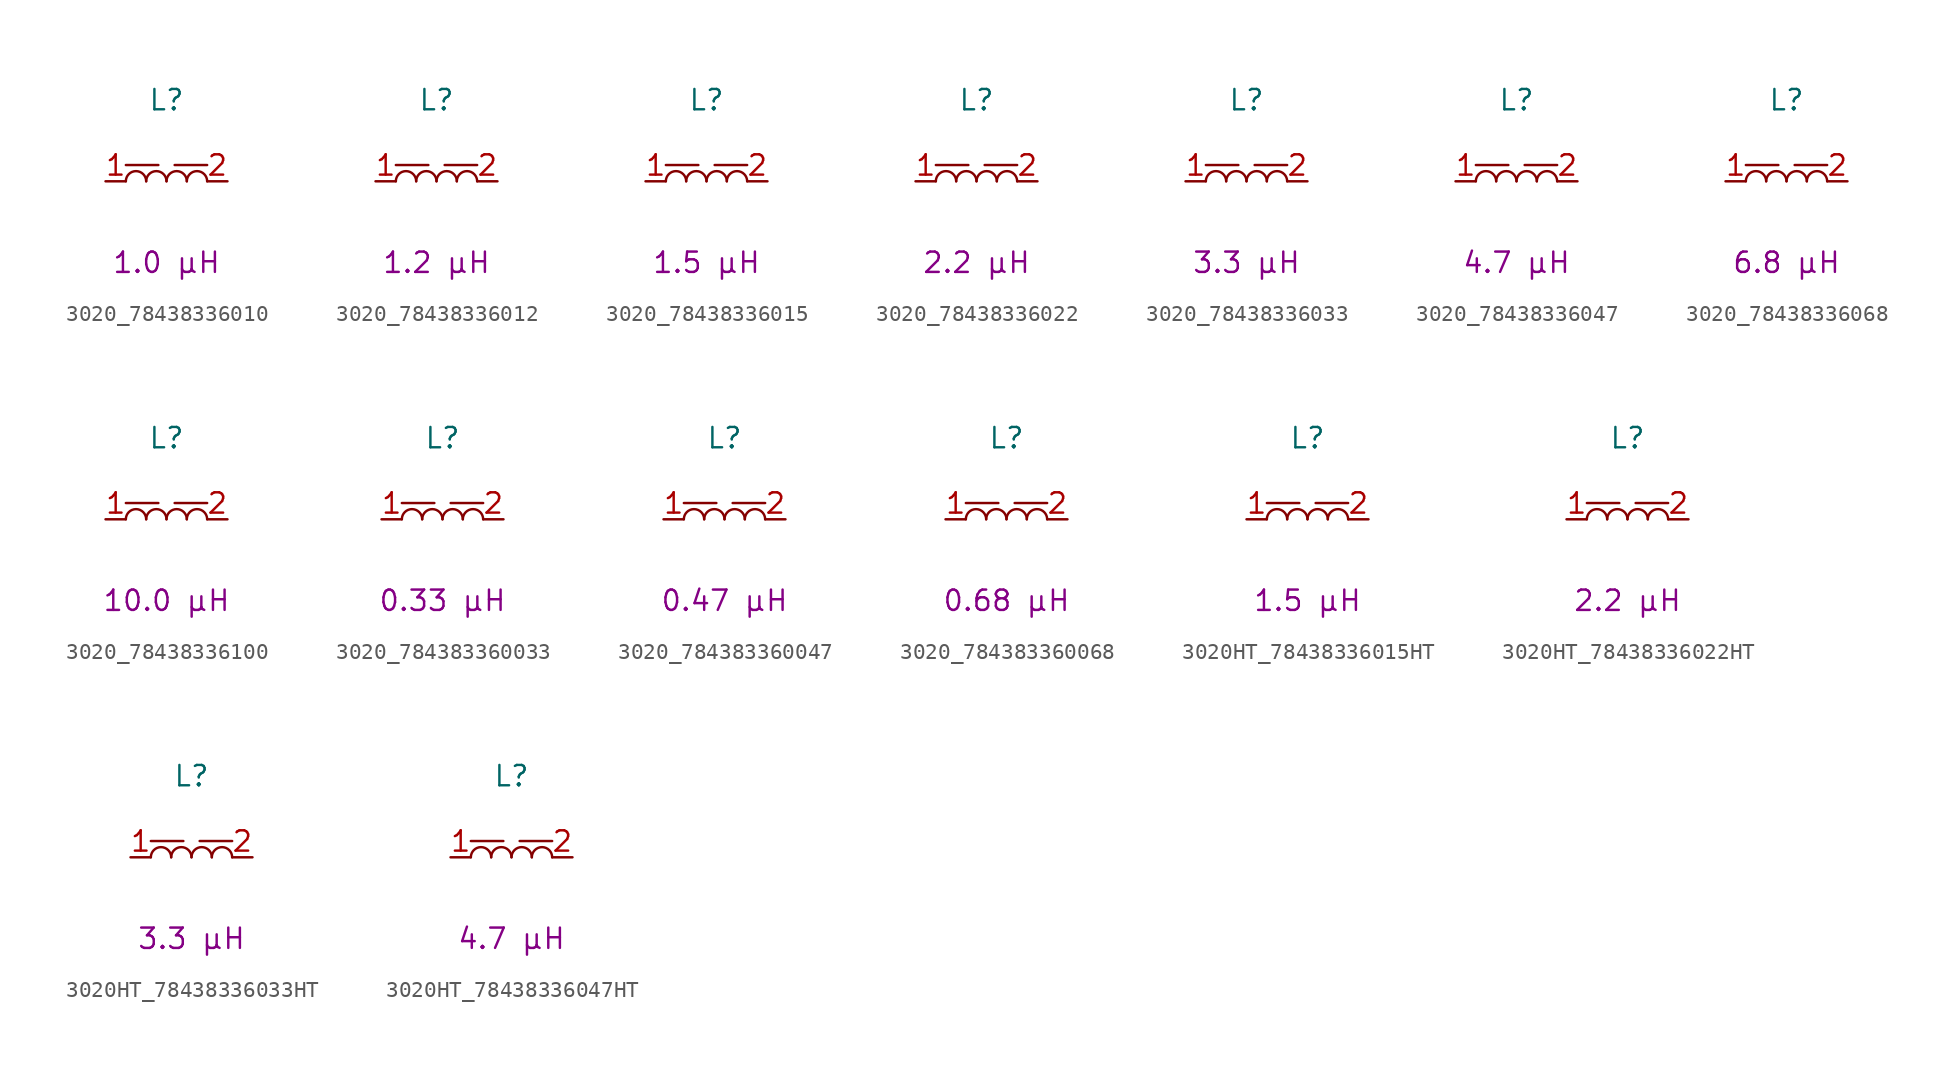
<source format=kicad_sym>
(kicad_symbol_lib
  (version 20220914)
  (generator kicad_symbol_editor)
  (symbol "3020_78438336010"
    (pin_names hide)
    (property "Reference" "L"
      (at 0 5.08 0)
      (effects (font (size 1.27 1.27))))
    (property "Critical Parameter" "1.0 µH"
      (at 0 -5.08 0)
      (effects (font (size 1.27 1.27))))
    (symbol "3020_78438336010_0_1"
      (arc (start -1.27 0) (mid -1.905 0.6323) (end -2.54 0) (stroke (width 0) (type default)) (fill (type none)))
      (arc (start 0 0) (mid -0.635 0.6323) (end -1.27 0) (stroke (width 0) (type default)) (fill (type none)))
      (polyline (pts (xy -2.54 1.016) (xy -0.508 1.016)) (stroke (width 0) (type default)) (fill (type none)))
      (arc (start 1.27 0) (mid 0.635 0.6323) (end 0 0) (stroke (width 0) (type default)) (fill (type none)))
      (arc (start 2.54 0) (mid 1.905 0.6323) (end 1.27 0) (stroke (width 0) (type default)) (fill (type none))))
    (symbol "3020_78438336010_1_1"
      (polyline (pts (xy 2.54 1.016) (xy 0.508 1.016)) (stroke (width 0) (type default)) (fill (type none)))
      (pin passive line (at -3.81 0 0) (length 1.27) (name "1" (effects (font (size 1.27 1.27)))) (number "1" (effects (font (size 1.27 1.27)))))
      (pin passive line (at 3.81 0 180) (length 1.27) (name "2" (effects (font (size 1.27 1.27)))) (number "2" (effects (font (size 1.27 1.27)))))))
  (symbol "3020_78438336012"
    (pin_names hide)
    (property "Reference" "L"
      (at 0 5.08 0)
      (effects (font (size 1.27 1.27))))
    (property "Critical Parameter" "1.2 µH"
      (at 0 -5.08 0)
      (effects (font (size 1.27 1.27))))
    (symbol "3020_78438336012_0_1"
      (arc (start -1.27 0) (mid -1.905 0.6323) (end -2.54 0) (stroke (width 0) (type default)) (fill (type none)))
      (arc (start 0 0) (mid -0.635 0.6323) (end -1.27 0) (stroke (width 0) (type default)) (fill (type none)))
      (polyline (pts (xy -2.54 1.016) (xy -0.508 1.016)) (stroke (width 0) (type default)) (fill (type none)))
      (arc (start 1.27 0) (mid 0.635 0.6323) (end 0 0) (stroke (width 0) (type default)) (fill (type none)))
      (arc (start 2.54 0) (mid 1.905 0.6323) (end 1.27 0) (stroke (width 0) (type default)) (fill (type none))))
    (symbol "3020_78438336012_1_1"
      (polyline (pts (xy 2.54 1.016) (xy 0.508 1.016)) (stroke (width 0) (type default)) (fill (type none)))
      (pin passive line (at -3.81 0 0) (length 1.27) (name "1" (effects (font (size 1.27 1.27)))) (number "1" (effects (font (size 1.27 1.27)))))
      (pin passive line (at 3.81 0 180) (length 1.27) (name "2" (effects (font (size 1.27 1.27)))) (number "2" (effects (font (size 1.27 1.27)))))))
  (symbol "3020_78438336015"
    (pin_names hide)
    (property "Reference" "L"
      (at 0 5.08 0)
      (effects (font (size 1.27 1.27))))
    (property "Critical Parameter" "1.5 µH"
      (at 0 -5.08 0)
      (effects (font (size 1.27 1.27))))
    (symbol "3020_78438336015_0_1"
      (arc (start -1.27 0) (mid -1.905 0.6323) (end -2.54 0) (stroke (width 0) (type default)) (fill (type none)))
      (arc (start 0 0) (mid -0.635 0.6323) (end -1.27 0) (stroke (width 0) (type default)) (fill (type none)))
      (polyline (pts (xy -2.54 1.016) (xy -0.508 1.016)) (stroke (width 0) (type default)) (fill (type none)))
      (arc (start 1.27 0) (mid 0.635 0.6323) (end 0 0) (stroke (width 0) (type default)) (fill (type none)))
      (arc (start 2.54 0) (mid 1.905 0.6323) (end 1.27 0) (stroke (width 0) (type default)) (fill (type none))))
    (symbol "3020_78438336015_1_1"
      (polyline (pts (xy 2.54 1.016) (xy 0.508 1.016)) (stroke (width 0) (type default)) (fill (type none)))
      (pin passive line (at -3.81 0 0) (length 1.27) (name "1" (effects (font (size 1.27 1.27)))) (number "1" (effects (font (size 1.27 1.27)))))
      (pin passive line (at 3.81 0 180) (length 1.27) (name "2" (effects (font (size 1.27 1.27)))) (number "2" (effects (font (size 1.27 1.27)))))))
  (symbol "3020_78438336022"
    (pin_names hide)
    (property "Reference" "L"
      (at 0 5.08 0)
      (effects (font (size 1.27 1.27))))
    (property "Critical Parameter" "2.2 µH"
      (at 0 -5.08 0)
      (effects (font (size 1.27 1.27))))
    (symbol "3020_78438336022_0_1"
      (arc (start -1.27 0) (mid -1.905 0.6323) (end -2.54 0) (stroke (width 0) (type default)) (fill (type none)))
      (arc (start 0 0) (mid -0.635 0.6323) (end -1.27 0) (stroke (width 0) (type default)) (fill (type none)))
      (polyline (pts (xy -2.54 1.016) (xy -0.508 1.016)) (stroke (width 0) (type default)) (fill (type none)))
      (arc (start 1.27 0) (mid 0.635 0.6323) (end 0 0) (stroke (width 0) (type default)) (fill (type none)))
      (arc (start 2.54 0) (mid 1.905 0.6323) (end 1.27 0) (stroke (width 0) (type default)) (fill (type none))))
    (symbol "3020_78438336022_1_1"
      (polyline (pts (xy 2.54 1.016) (xy 0.508 1.016)) (stroke (width 0) (type default)) (fill (type none)))
      (pin passive line (at -3.81 0 0) (length 1.27) (name "1" (effects (font (size 1.27 1.27)))) (number "1" (effects (font (size 1.27 1.27)))))
      (pin passive line (at 3.81 0 180) (length 1.27) (name "2" (effects (font (size 1.27 1.27)))) (number "2" (effects (font (size 1.27 1.27)))))))
  (symbol "3020_78438336033"
    (pin_names hide)
    (property "Reference" "L"
      (at 0 5.08 0)
      (effects (font (size 1.27 1.27))))
    (property "Critical Parameter" "3.3 µH"
      (at 0 -5.08 0)
      (effects (font (size 1.27 1.27))))
    (symbol "3020_78438336033_0_1"
      (arc (start -1.27 0) (mid -1.905 0.6323) (end -2.54 0) (stroke (width 0) (type default)) (fill (type none)))
      (arc (start 0 0) (mid -0.635 0.6323) (end -1.27 0) (stroke (width 0) (type default)) (fill (type none)))
      (polyline (pts (xy -2.54 1.016) (xy -0.508 1.016)) (stroke (width 0) (type default)) (fill (type none)))
      (arc (start 1.27 0) (mid 0.635 0.6323) (end 0 0) (stroke (width 0) (type default)) (fill (type none)))
      (arc (start 2.54 0) (mid 1.905 0.6323) (end 1.27 0) (stroke (width 0) (type default)) (fill (type none))))
    (symbol "3020_78438336033_1_1"
      (polyline (pts (xy 2.54 1.016) (xy 0.508 1.016)) (stroke (width 0) (type default)) (fill (type none)))
      (pin passive line (at -3.81 0 0) (length 1.27) (name "1" (effects (font (size 1.27 1.27)))) (number "1" (effects (font (size 1.27 1.27)))))
      (pin passive line (at 3.81 0 180) (length 1.27) (name "2" (effects (font (size 1.27 1.27)))) (number "2" (effects (font (size 1.27 1.27)))))))
  (symbol "3020_78438336047"
    (pin_names hide)
    (property "Reference" "L"
      (at 0 5.08 0)
      (effects (font (size 1.27 1.27))))
    (property "Critical Parameter" "4.7 µH"
      (at 0 -5.08 0)
      (effects (font (size 1.27 1.27))))
    (symbol "3020_78438336047_0_1"
      (arc (start -1.27 0) (mid -1.905 0.6323) (end -2.54 0) (stroke (width 0) (type default)) (fill (type none)))
      (arc (start 0 0) (mid -0.635 0.6323) (end -1.27 0) (stroke (width 0) (type default)) (fill (type none)))
      (polyline (pts (xy -2.54 1.016) (xy -0.508 1.016)) (stroke (width 0) (type default)) (fill (type none)))
      (arc (start 1.27 0) (mid 0.635 0.6323) (end 0 0) (stroke (width 0) (type default)) (fill (type none)))
      (arc (start 2.54 0) (mid 1.905 0.6323) (end 1.27 0) (stroke (width 0) (type default)) (fill (type none))))
    (symbol "3020_78438336047_1_1"
      (polyline (pts (xy 2.54 1.016) (xy 0.508 1.016)) (stroke (width 0) (type default)) (fill (type none)))
      (pin passive line (at -3.81 0 0) (length 1.27) (name "1" (effects (font (size 1.27 1.27)))) (number "1" (effects (font (size 1.27 1.27)))))
      (pin passive line (at 3.81 0 180) (length 1.27) (name "2" (effects (font (size 1.27 1.27)))) (number "2" (effects (font (size 1.27 1.27)))))))
  (symbol "3020_78438336068"
    (pin_names hide)
    (property "Reference" "L"
      (at 0 5.08 0)
      (effects (font (size 1.27 1.27))))
    (property "Critical Parameter" "6.8 µH"
      (at 0 -5.08 0)
      (effects (font (size 1.27 1.27))))
    (symbol "3020_78438336068_0_1"
      (arc (start -1.27 0) (mid -1.905 0.6323) (end -2.54 0) (stroke (width 0) (type default)) (fill (type none)))
      (arc (start 0 0) (mid -0.635 0.6323) (end -1.27 0) (stroke (width 0) (type default)) (fill (type none)))
      (polyline (pts (xy -2.54 1.016) (xy -0.508 1.016)) (stroke (width 0) (type default)) (fill (type none)))
      (arc (start 1.27 0) (mid 0.635 0.6323) (end 0 0) (stroke (width 0) (type default)) (fill (type none)))
      (arc (start 2.54 0) (mid 1.905 0.6323) (end 1.27 0) (stroke (width 0) (type default)) (fill (type none))))
    (symbol "3020_78438336068_1_1"
      (polyline (pts (xy 2.54 1.016) (xy 0.508 1.016)) (stroke (width 0) (type default)) (fill (type none)))
      (pin passive line (at -3.81 0 0) (length 1.27) (name "1" (effects (font (size 1.27 1.27)))) (number "1" (effects (font (size 1.27 1.27)))))
      (pin passive line (at 3.81 0 180) (length 1.27) (name "2" (effects (font (size 1.27 1.27)))) (number "2" (effects (font (size 1.27 1.27)))))))
  (symbol "3020_78438336100"
    (pin_names hide)
    (property "Reference" "L"
      (at 0 5.08 0)
      (effects (font (size 1.27 1.27))))
    (property "Critical Parameter" "10.0 µH"
      (at 0 -5.08 0)
      (effects (font (size 1.27 1.27))))
    (symbol "3020_78438336100_0_1"
      (arc (start -1.27 0) (mid -1.905 0.6323) (end -2.54 0) (stroke (width 0) (type default)) (fill (type none)))
      (arc (start 0 0) (mid -0.635 0.6323) (end -1.27 0) (stroke (width 0) (type default)) (fill (type none)))
      (polyline (pts (xy -2.54 1.016) (xy -0.508 1.016)) (stroke (width 0) (type default)) (fill (type none)))
      (arc (start 1.27 0) (mid 0.635 0.6323) (end 0 0) (stroke (width 0) (type default)) (fill (type none)))
      (arc (start 2.54 0) (mid 1.905 0.6323) (end 1.27 0) (stroke (width 0) (type default)) (fill (type none))))
    (symbol "3020_78438336100_1_1"
      (polyline (pts (xy 2.54 1.016) (xy 0.508 1.016)) (stroke (width 0) (type default)) (fill (type none)))
      (pin passive line (at -3.81 0 0) (length 1.27) (name "1" (effects (font (size 1.27 1.27)))) (number "1" (effects (font (size 1.27 1.27)))))
      (pin passive line (at 3.81 0 180) (length 1.27) (name "2" (effects (font (size 1.27 1.27)))) (number "2" (effects (font (size 1.27 1.27)))))))
  (symbol "3020_784383360033"
    (pin_names hide)
    (property "Reference" "L"
      (at 0 5.08 0)
      (effects (font (size 1.27 1.27))))
    (property "Critical Parameter" "0.33 µH"
      (at 0 -5.08 0)
      (effects (font (size 1.27 1.27))))
    (symbol "3020_784383360033_0_1"
      (arc (start -1.27 0) (mid -1.905 0.6323) (end -2.54 0) (stroke (width 0) (type default)) (fill (type none)))
      (arc (start 0 0) (mid -0.635 0.6323) (end -1.27 0) (stroke (width 0) (type default)) (fill (type none)))
      (polyline (pts (xy -2.54 1.016) (xy -0.508 1.016)) (stroke (width 0) (type default)) (fill (type none)))
      (arc (start 1.27 0) (mid 0.635 0.6323) (end 0 0) (stroke (width 0) (type default)) (fill (type none)))
      (arc (start 2.54 0) (mid 1.905 0.6323) (end 1.27 0) (stroke (width 0) (type default)) (fill (type none))))
    (symbol "3020_784383360033_1_1"
      (polyline (pts (xy 2.54 1.016) (xy 0.508 1.016)) (stroke (width 0) (type default)) (fill (type none)))
      (pin passive line (at -3.81 0 0) (length 1.27) (name "1" (effects (font (size 1.27 1.27)))) (number "1" (effects (font (size 1.27 1.27)))))
      (pin passive line (at 3.81 0 180) (length 1.27) (name "2" (effects (font (size 1.27 1.27)))) (number "2" (effects (font (size 1.27 1.27)))))))
  (symbol "3020_784383360047"
    (pin_names hide)
    (property "Reference" "L"
      (at 0 5.08 0)
      (effects (font (size 1.27 1.27))))
    (property "Critical Parameter" "0.47 µH"
      (at 0 -5.08 0)
      (effects (font (size 1.27 1.27))))
    (symbol "3020_784383360047_0_1"
      (arc (start -1.27 0) (mid -1.905 0.6323) (end -2.54 0) (stroke (width 0) (type default)) (fill (type none)))
      (arc (start 0 0) (mid -0.635 0.6323) (end -1.27 0) (stroke (width 0) (type default)) (fill (type none)))
      (polyline (pts (xy -2.54 1.016) (xy -0.508 1.016)) (stroke (width 0) (type default)) (fill (type none)))
      (arc (start 1.27 0) (mid 0.635 0.6323) (end 0 0) (stroke (width 0) (type default)) (fill (type none)))
      (arc (start 2.54 0) (mid 1.905 0.6323) (end 1.27 0) (stroke (width 0) (type default)) (fill (type none))))
    (symbol "3020_784383360047_1_1"
      (polyline (pts (xy 2.54 1.016) (xy 0.508 1.016)) (stroke (width 0) (type default)) (fill (type none)))
      (pin passive line (at -3.81 0 0) (length 1.27) (name "1" (effects (font (size 1.27 1.27)))) (number "1" (effects (font (size 1.27 1.27)))))
      (pin passive line (at 3.81 0 180) (length 1.27) (name "2" (effects (font (size 1.27 1.27)))) (number "2" (effects (font (size 1.27 1.27)))))))
  (symbol "3020_784383360068"
    (pin_names hide)
    (property "Reference" "L"
      (at 0 5.08 0)
      (effects (font (size 1.27 1.27))))
    (property "Critical Parameter" "0.68 µH"
      (at 0 -5.08 0)
      (effects (font (size 1.27 1.27))))
    (symbol "3020_784383360068_0_1"
      (arc (start -1.27 0) (mid -1.905 0.6323) (end -2.54 0) (stroke (width 0) (type default)) (fill (type none)))
      (arc (start 0 0) (mid -0.635 0.6323) (end -1.27 0) (stroke (width 0) (type default)) (fill (type none)))
      (polyline (pts (xy -2.54 1.016) (xy -0.508 1.016)) (stroke (width 0) (type default)) (fill (type none)))
      (arc (start 1.27 0) (mid 0.635 0.6323) (end 0 0) (stroke (width 0) (type default)) (fill (type none)))
      (arc (start 2.54 0) (mid 1.905 0.6323) (end 1.27 0) (stroke (width 0) (type default)) (fill (type none))))
    (symbol "3020_784383360068_1_1"
      (polyline (pts (xy 2.54 1.016) (xy 0.508 1.016)) (stroke (width 0) (type default)) (fill (type none)))
      (pin passive line (at -3.81 0 0) (length 1.27) (name "1" (effects (font (size 1.27 1.27)))) (number "1" (effects (font (size 1.27 1.27)))))
      (pin passive line (at 3.81 0 180) (length 1.27) (name "2" (effects (font (size 1.27 1.27)))) (number "2" (effects (font (size 1.27 1.27)))))))
  (symbol "3020HT_78438336015HT"
    (pin_names hide)
    (property "Reference" "L"
      (at 0 5.08 0)
      (effects (font (size 1.27 1.27))))
    (property "Critical Parameter" "1.5 µH"
      (at 0 -5.08 0)
      (effects (font (size 1.27 1.27))))
    (symbol "3020HT_78438336015HT_0_1"
      (arc (start -1.27 0) (mid -1.905 0.6323) (end -2.54 0) (stroke (width 0) (type default)) (fill (type none)))
      (arc (start 0 0) (mid -0.635 0.6323) (end -1.27 0) (stroke (width 0) (type default)) (fill (type none)))
      (polyline (pts (xy -2.54 1.016) (xy -0.508 1.016)) (stroke (width 0) (type default)) (fill (type none)))
      (arc (start 1.27 0) (mid 0.635 0.6323) (end 0 0) (stroke (width 0) (type default)) (fill (type none)))
      (arc (start 2.54 0) (mid 1.905 0.6323) (end 1.27 0) (stroke (width 0) (type default)) (fill (type none))))
    (symbol "3020HT_78438336015HT_1_1"
      (polyline (pts (xy 2.54 1.016) (xy 0.508 1.016)) (stroke (width 0) (type default)) (fill (type none)))
      (pin passive line (at -3.81 0 0) (length 1.27) (name "1" (effects (font (size 1.27 1.27)))) (number "1" (effects (font (size 1.27 1.27)))))
      (pin passive line (at 3.81 0 180) (length 1.27) (name "2" (effects (font (size 1.27 1.27)))) (number "2" (effects (font (size 1.27 1.27)))))))
  (symbol "3020HT_78438336022HT"
    (pin_names hide)
    (property "Reference" "L"
      (at 0 5.08 0)
      (effects (font (size 1.27 1.27))))
    (property "Critical Parameter" "2.2 µH"
      (at 0 -5.08 0)
      (effects (font (size 1.27 1.27))))
    (symbol "3020HT_78438336022HT_0_1"
      (arc (start -1.27 0) (mid -1.905 0.6323) (end -2.54 0) (stroke (width 0) (type default)) (fill (type none)))
      (arc (start 0 0) (mid -0.635 0.6323) (end -1.27 0) (stroke (width 0) (type default)) (fill (type none)))
      (polyline (pts (xy -2.54 1.016) (xy -0.508 1.016)) (stroke (width 0) (type default)) (fill (type none)))
      (arc (start 1.27 0) (mid 0.635 0.6323) (end 0 0) (stroke (width 0) (type default)) (fill (type none)))
      (arc (start 2.54 0) (mid 1.905 0.6323) (end 1.27 0) (stroke (width 0) (type default)) (fill (type none))))
    (symbol "3020HT_78438336022HT_1_1"
      (polyline (pts (xy 2.54 1.016) (xy 0.508 1.016)) (stroke (width 0) (type default)) (fill (type none)))
      (pin passive line (at -3.81 0 0) (length 1.27) (name "1" (effects (font (size 1.27 1.27)))) (number "1" (effects (font (size 1.27 1.27)))))
      (pin passive line (at 3.81 0 180) (length 1.27) (name "2" (effects (font (size 1.27 1.27)))) (number "2" (effects (font (size 1.27 1.27)))))))
  (symbol "3020HT_78438336033HT"
    (pin_names hide)
    (property "Reference" "L"
      (at 0 5.08 0)
      (effects (font (size 1.27 1.27))))
    (property "Critical Parameter" "3.3 µH"
      (at 0 -5.08 0)
      (effects (font (size 1.27 1.27))))
    (symbol "3020HT_78438336033HT_0_1"
      (arc (start -1.27 0) (mid -1.905 0.6323) (end -2.54 0) (stroke (width 0) (type default)) (fill (type none)))
      (arc (start 0 0) (mid -0.635 0.6323) (end -1.27 0) (stroke (width 0) (type default)) (fill (type none)))
      (polyline (pts (xy -2.54 1.016) (xy -0.508 1.016)) (stroke (width 0) (type default)) (fill (type none)))
      (arc (start 1.27 0) (mid 0.635 0.6323) (end 0 0) (stroke (width 0) (type default)) (fill (type none)))
      (arc (start 2.54 0) (mid 1.905 0.6323) (end 1.27 0) (stroke (width 0) (type default)) (fill (type none))))
    (symbol "3020HT_78438336033HT_1_1"
      (polyline (pts (xy 2.54 1.016) (xy 0.508 1.016)) (stroke (width 0) (type default)) (fill (type none)))
      (pin passive line (at -3.81 0 0) (length 1.27) (name "1" (effects (font (size 1.27 1.27)))) (number "1" (effects (font (size 1.27 1.27)))))
      (pin passive line (at 3.81 0 180) (length 1.27) (name "2" (effects (font (size 1.27 1.27)))) (number "2" (effects (font (size 1.27 1.27)))))))
  (symbol "3020HT_78438336047HT"
    (pin_names hide)
    (property "Reference" "L"
      (at 0 5.08 0)
      (effects (font (size 1.27 1.27))))
    (property "Critical Parameter" "4.7 µH"
      (at 0 -5.08 0)
      (effects (font (size 1.27 1.27))))
    (symbol "3020HT_78438336047HT_0_1"
      (arc (start -1.27 0) (mid -1.905 0.6323) (end -2.54 0) (stroke (width 0) (type default)) (fill (type none)))
      (arc (start 0 0) (mid -0.635 0.6323) (end -1.27 0) (stroke (width 0) (type default)) (fill (type none)))
      (polyline (pts (xy -2.54 1.016) (xy -0.508 1.016)) (stroke (width 0) (type default)) (fill (type none)))
      (arc (start 1.27 0) (mid 0.635 0.6323) (end 0 0) (stroke (width 0) (type default)) (fill (type none)))
      (arc (start 2.54 0) (mid 1.905 0.6323) (end 1.27 0) (stroke (width 0) (type default)) (fill (type none))))
    (symbol "3020HT_78438336047HT_1_1"
      (polyline (pts (xy 2.54 1.016) (xy 0.508 1.016)) (stroke (width 0) (type default)) (fill (type none)))
      (pin passive line (at -3.81 0 0) (length 1.27) (name "1" (effects (font (size 1.27 1.27)))) (number "1" (effects (font (size 1.27 1.27)))))
      (pin passive line (at 3.81 0 180) (length 1.27) (name "2" (effects (font (size 1.27 1.27)))) (number "2" (effects (font (size 1.27 1.27))))))))
</source>
